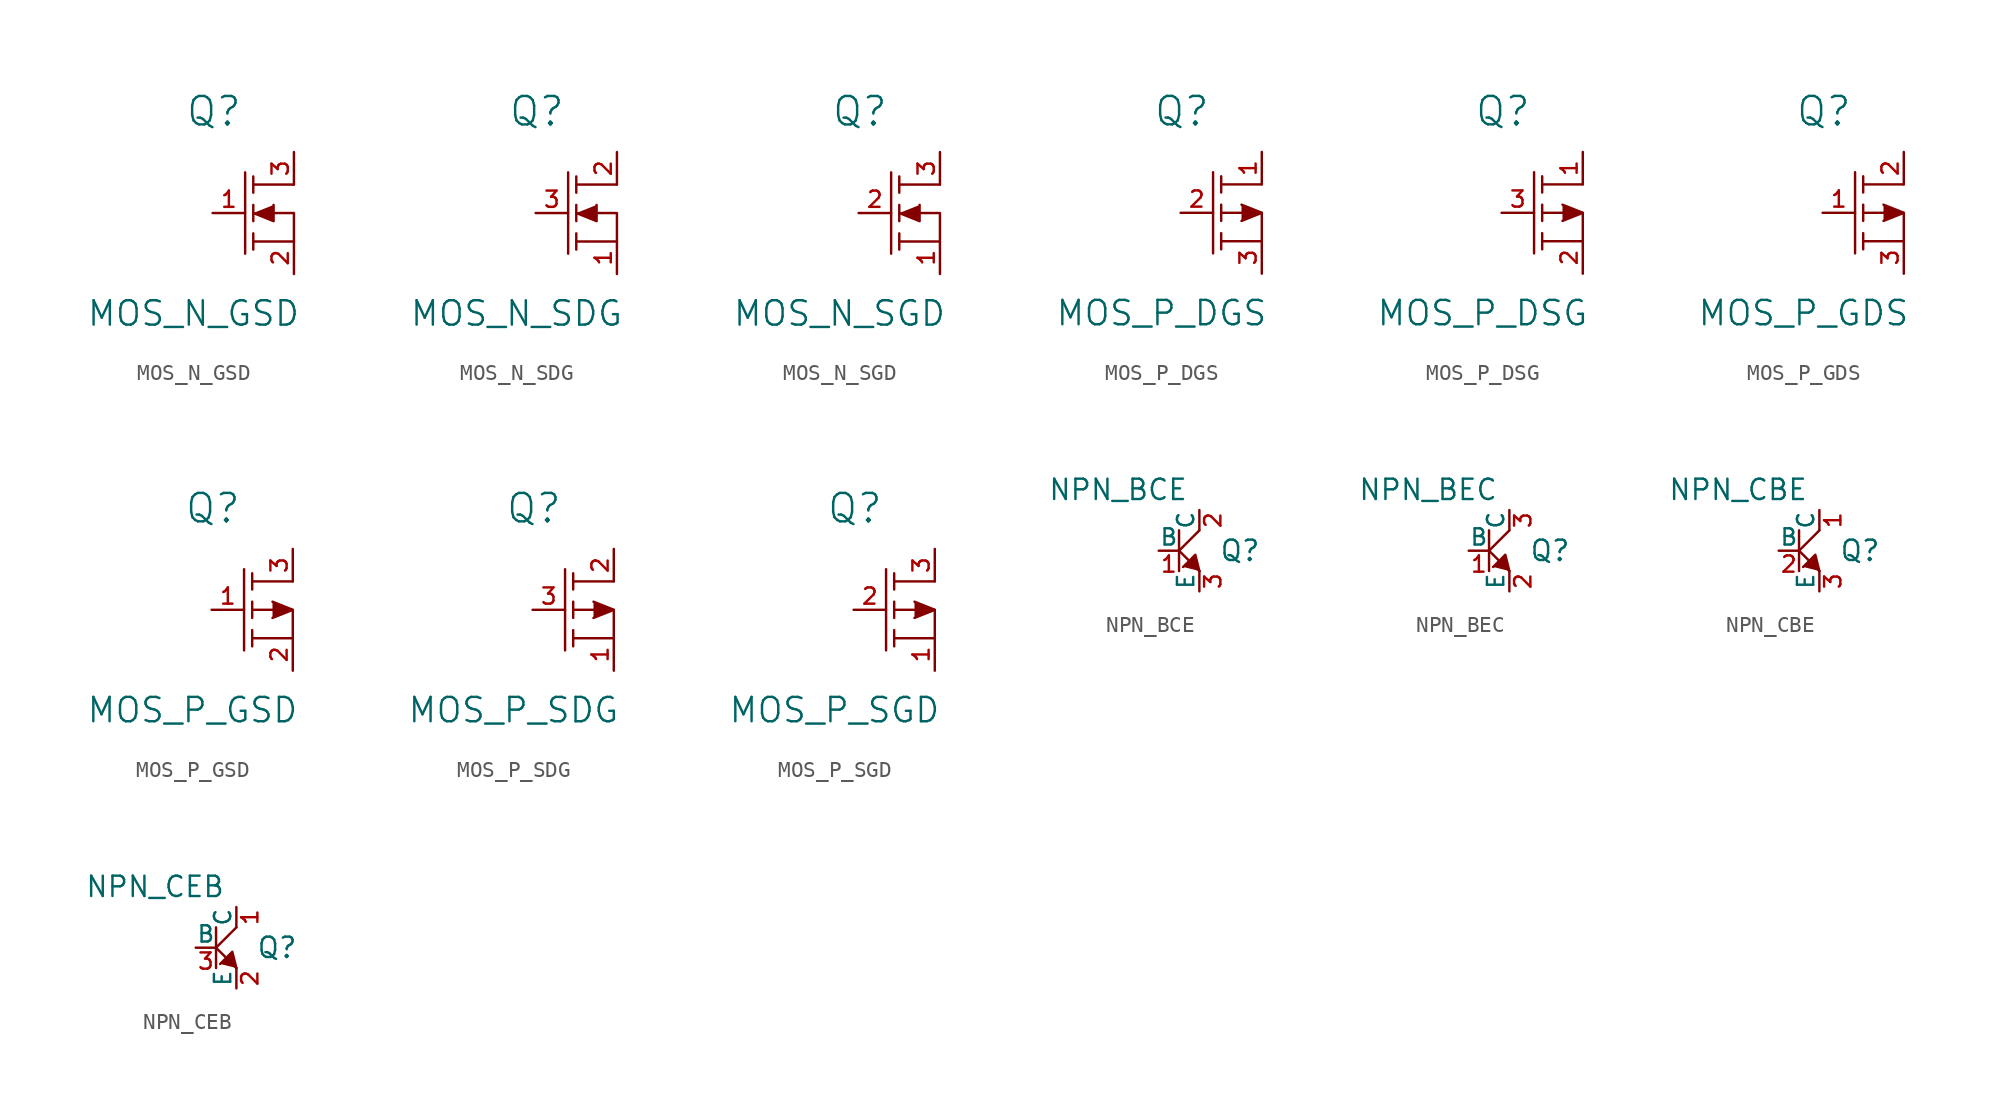
<source format=kicad_sym>
(kicad_symbol_lib
  (version 20220914)
  (generator kicad_symbol_editor)
  (symbol "MOS_N_GSD"
    (pin_names
      (offset 0.762) hide)
    (property "Reference" "Q"
      (at -2.464 6.35 0)
      (effects (font (size 1.778 1.778))))
    (property "Value" "MOS_N_GSD"
      (at -3.734 -6.274 0)
      (effects (font (size 1.524 1.524))))
    (property "Footprint" ""
      (at 0 0 0)
      (effects (font (size 1.524 1.524))))
    (property "Datasheet" ""
      (at 0 0 0)
      (effects (font (size 1.524 1.524))))
    (symbol "MOS_N_GSD_0_1"
      (polyline (pts (xy -0.508 2.54) (xy -0.508 -2.54) (xy -0.508 -2.54)) (stroke (width 0) (type solid)) (fill (type outline)))
      (polyline (pts (xy 0 -2.286) (xy 0 -1.27) (xy 0 -1.27)) (stroke (width 0) (type solid)) (fill (type outline)))
      (polyline (pts (xy 0 -0.508) (xy 0 0.508) (xy 0 0.508)) (stroke (width 0) (type solid)) (fill (type outline)))
      (polyline (pts (xy 0 1.27) (xy 0 2.286) (xy 0 2.286)) (stroke (width 0) (type solid)) (fill (type outline)))
      (polyline (pts (xy 0 1.778) (xy 2.54 1.778) (xy 2.54 1.778)) (stroke (width 0) (type solid)) (fill (type none)))
      (polyline (pts (xy 1.27 0.508) (xy 1.27 -0.508) (xy 0 0) (xy 0 0)) (stroke (width 0) (type solid)) (fill (type outline)))
      (polyline (pts (xy 0 -1.778) (xy 2.54 -1.778) (xy 2.54 0) (xy 1.27 0) (xy 1.27 0)) (stroke (width 0) (type solid)) (fill (type none))))
    (symbol "MOS_N_GSD_1_1"
      (pin input line (at -2.54 0 0) (length 2.032) (name "G" (effects (font (size 1.016 1.016)))) (number "1" (effects (font (size 1.016 1.016)))))
      (pin passive line (at 2.54 -3.81 90) (length 2.032) (name "S" (effects (font (size 1.016 1.016)))) (number "2" (effects (font (size 1.016 1.016)))))
      (pin passive line (at 2.54 3.81 270) (length 2.032) (name "D" (effects (font (size 1.016 1.016)))) (number "3" (effects (font (size 1.016 1.016)))))))
  (symbol "MOS_N_SDG"
    (pin_names
      (offset 0.762) hide)
    (property "Reference" "Q"
      (at -2.464 6.35 0)
      (effects (font (size 1.778 1.778))))
    (property "Value" "MOS_N_SDG"
      (at -3.734 -6.274 0)
      (effects (font (size 1.524 1.524))))
    (property "Footprint" ""
      (at 0 0 0)
      (effects (font (size 1.524 1.524))))
    (property "Datasheet" ""
      (at 0 0 0)
      (effects (font (size 1.524 1.524))))
    (symbol "MOS_N_SDG_0_1"
      (polyline (pts (xy -0.508 2.54) (xy -0.508 -2.54) (xy -0.508 -2.54)) (stroke (width 0) (type solid)) (fill (type outline)))
      (polyline (pts (xy 0 -2.286) (xy 0 -1.27) (xy 0 -1.27)) (stroke (width 0) (type solid)) (fill (type outline)))
      (polyline (pts (xy 0 -0.508) (xy 0 0.508) (xy 0 0.508)) (stroke (width 0) (type solid)) (fill (type outline)))
      (polyline (pts (xy 0 1.27) (xy 0 2.286) (xy 0 2.286)) (stroke (width 0) (type solid)) (fill (type outline)))
      (polyline (pts (xy 0 1.778) (xy 2.54 1.778) (xy 2.54 1.778)) (stroke (width 0) (type solid)) (fill (type none)))
      (polyline (pts (xy 1.27 0.508) (xy 1.27 -0.508) (xy 0 0) (xy 0 0)) (stroke (width 0) (type solid)) (fill (type outline)))
      (polyline (pts (xy 0 -1.778) (xy 2.54 -1.778) (xy 2.54 0) (xy 1.27 0) (xy 1.27 0)) (stroke (width 0) (type solid)) (fill (type none))))
    (symbol "MOS_N_SDG_1_1"
      (pin passive line (at 2.54 -3.81 90) (length 2.032) (name "S" (effects (font (size 1.016 1.016)))) (number "1" (effects (font (size 1.016 1.016)))))
      (pin passive line (at 2.54 3.81 270) (length 2.032) (name "D" (effects (font (size 1.016 1.016)))) (number "2" (effects (font (size 1.016 1.016)))))
      (pin input line (at -2.54 0 0) (length 2.032) (name "G" (effects (font (size 1.016 1.016)))) (number "3" (effects (font (size 1.016 1.016)))))))
  (symbol "MOS_N_SGD"
    (pin_names
      (offset 0.762) hide)
    (property "Reference" "Q"
      (at -2.464 6.35 0)
      (effects (font (size 1.778 1.778))))
    (property "Value" "MOS_N_SGD"
      (at -3.734 -6.274 0)
      (effects (font (size 1.524 1.524))))
    (property "Footprint" ""
      (at 0 0 0)
      (effects (font (size 1.524 1.524))))
    (property "Datasheet" ""
      (at 0 0 0)
      (effects (font (size 1.524 1.524))))
    (symbol "MOS_N_SGD_0_1"
      (polyline (pts (xy -0.508 2.54) (xy -0.508 -2.54) (xy -0.508 -2.54)) (stroke (width 0) (type solid)) (fill (type outline)))
      (polyline (pts (xy 0 -2.286) (xy 0 -1.27) (xy 0 -1.27)) (stroke (width 0) (type solid)) (fill (type outline)))
      (polyline (pts (xy 0 -0.508) (xy 0 0.508) (xy 0 0.508)) (stroke (width 0) (type solid)) (fill (type outline)))
      (polyline (pts (xy 0 1.27) (xy 0 2.286) (xy 0 2.286)) (stroke (width 0) (type solid)) (fill (type outline)))
      (polyline (pts (xy 0 1.778) (xy 2.54 1.778) (xy 2.54 1.778)) (stroke (width 0) (type solid)) (fill (type none)))
      (polyline (pts (xy 1.27 0.508) (xy 1.27 -0.508) (xy 0 0) (xy 0 0)) (stroke (width 0) (type solid)) (fill (type outline)))
      (polyline (pts (xy 0 -1.778) (xy 2.54 -1.778) (xy 2.54 0) (xy 1.27 0) (xy 1.27 0)) (stroke (width 0) (type solid)) (fill (type none))))
    (symbol "MOS_N_SGD_1_1"
      (pin passive line (at 2.54 -3.81 90) (length 2.032) (name "S" (effects (font (size 1.016 1.016)))) (number "1" (effects (font (size 1.016 1.016)))))
      (pin input line (at -2.54 0 0) (length 2.032) (name "G" (effects (font (size 1.016 1.016)))) (number "2" (effects (font (size 1.016 1.016)))))
      (pin passive line (at 2.54 3.81 270) (length 2.032) (name "D" (effects (font (size 1.016 1.016)))) (number "3" (effects (font (size 1.016 1.016)))))))
  (symbol "MOS_P_DGS"
    (pin_names
      (offset 0.762) hide)
    (property "Reference" "Q"
      (at -2.464 6.35 0)
      (effects (font (size 1.778 1.778))))
    (property "Value" "MOS_P_DGS"
      (at -3.734 -6.274 0)
      (effects (font (size 1.524 1.524))))
    (property "Footprint" ""
      (at 0 0 0)
      (effects (font (size 1.524 1.524))))
    (property "Datasheet" ""
      (at 0 0 0)
      (effects (font (size 1.524 1.524))))
    (symbol "MOS_P_DGS_0_1"
      (polyline (pts (xy -0.508 2.54) (xy -0.508 -2.54) (xy -0.508 -2.54)) (stroke (width 0) (type solid)) (fill (type outline)))
      (polyline (pts (xy 0 -2.286) (xy 0 -1.27) (xy 0 -1.27)) (stroke (width 0) (type solid)) (fill (type outline)))
      (polyline (pts (xy 0 -0.508) (xy 0 0.508) (xy 0 0.508)) (stroke (width 0) (type solid)) (fill (type outline)))
      (polyline (pts (xy 0 1.27) (xy 0 2.286) (xy 0 2.286)) (stroke (width 0) (type solid)) (fill (type outline)))
      (polyline (pts (xy 0 1.778) (xy 2.54 1.778) (xy 2.54 1.778)) (stroke (width 0) (type solid)) (fill (type none)))
      (polyline (pts (xy 1.27 0.508) (xy 2.54 0) (xy 1.27 -0.508) (xy 1.27 -0.508)) (stroke (width 0) (type solid)) (fill (type outline)))
      (polyline (pts (xy 0 -1.778) (xy 2.54 -1.778) (xy 2.54 0) (xy 0 0) (xy 0 0)) (stroke (width 0) (type solid)) (fill (type none))))
    (symbol "MOS_P_DGS_1_1"
      (pin passive line (at 2.54 3.81 270) (length 2.032) (name "D" (effects (font (size 1.016 1.016)))) (number "1" (effects (font (size 1.016 1.016)))))
      (pin input line (at -2.54 0 0) (length 2.032) (name "G" (effects (font (size 1.016 1.016)))) (number "2" (effects (font (size 1.016 1.016)))))
      (pin passive line (at 2.54 -3.81 90) (length 2.032) (name "S" (effects (font (size 1.016 1.016)))) (number "3" (effects (font (size 1.016 1.016)))))))
  (symbol "MOS_P_DSG"
    (pin_names
      (offset 0.762) hide)
    (property "Reference" "Q"
      (at -2.464 6.35 0)
      (effects (font (size 1.778 1.778))))
    (property "Value" "MOS_P_DSG"
      (at -3.734 -6.274 0)
      (effects (font (size 1.524 1.524))))
    (property "Footprint" ""
      (at 0 0 0)
      (effects (font (size 1.524 1.524))))
    (property "Datasheet" ""
      (at 0 0 0)
      (effects (font (size 1.524 1.524))))
    (symbol "MOS_P_DSG_0_1"
      (polyline (pts (xy -0.508 2.54) (xy -0.508 -2.54) (xy -0.508 -2.54)) (stroke (width 0) (type solid)) (fill (type outline)))
      (polyline (pts (xy 0 -2.286) (xy 0 -1.27) (xy 0 -1.27)) (stroke (width 0) (type solid)) (fill (type outline)))
      (polyline (pts (xy 0 -0.508) (xy 0 0.508) (xy 0 0.508)) (stroke (width 0) (type solid)) (fill (type outline)))
      (polyline (pts (xy 0 1.27) (xy 0 2.286) (xy 0 2.286)) (stroke (width 0) (type solid)) (fill (type outline)))
      (polyline (pts (xy 0 1.778) (xy 2.54 1.778) (xy 2.54 1.778)) (stroke (width 0) (type solid)) (fill (type none)))
      (polyline (pts (xy 1.27 0.508) (xy 2.54 0) (xy 1.27 -0.508) (xy 1.27 -0.508)) (stroke (width 0) (type solid)) (fill (type outline)))
      (polyline (pts (xy 0 -1.778) (xy 2.54 -1.778) (xy 2.54 0) (xy 0 0) (xy 0 0)) (stroke (width 0) (type solid)) (fill (type none))))
    (symbol "MOS_P_DSG_1_1"
      (pin passive line (at 2.54 3.81 270) (length 2.032) (name "D" (effects (font (size 1.016 1.016)))) (number "1" (effects (font (size 1.016 1.016)))))
      (pin passive line (at 2.54 -3.81 90) (length 2.032) (name "S" (effects (font (size 1.016 1.016)))) (number "2" (effects (font (size 1.016 1.016)))))
      (pin input line (at -2.54 0 0) (length 2.032) (name "G" (effects (font (size 1.016 1.016)))) (number "3" (effects (font (size 1.016 1.016)))))))
  (symbol "MOS_P_GDS"
    (pin_names
      (offset 0.762) hide)
    (property "Reference" "Q"
      (at -2.464 6.35 0)
      (effects (font (size 1.778 1.778))))
    (property "Value" "MOS_P_GDS"
      (at -3.734 -6.274 0)
      (effects (font (size 1.524 1.524))))
    (property "Footprint" ""
      (at 0 0 0)
      (effects (font (size 1.524 1.524))))
    (property "Datasheet" ""
      (at 0 0 0)
      (effects (font (size 1.524 1.524))))
    (symbol "MOS_P_GDS_0_1"
      (polyline (pts (xy -0.508 2.54) (xy -0.508 -2.54) (xy -0.508 -2.54)) (stroke (width 0) (type solid)) (fill (type outline)))
      (polyline (pts (xy 0 -2.286) (xy 0 -1.27) (xy 0 -1.27)) (stroke (width 0) (type solid)) (fill (type outline)))
      (polyline (pts (xy 0 -0.508) (xy 0 0.508) (xy 0 0.508)) (stroke (width 0) (type solid)) (fill (type outline)))
      (polyline (pts (xy 0 1.27) (xy 0 2.286) (xy 0 2.286)) (stroke (width 0) (type solid)) (fill (type outline)))
      (polyline (pts (xy 0 1.778) (xy 2.54 1.778) (xy 2.54 1.778)) (stroke (width 0) (type solid)) (fill (type none)))
      (polyline (pts (xy 1.27 0.508) (xy 2.54 0) (xy 1.27 -0.508) (xy 1.27 -0.508)) (stroke (width 0) (type solid)) (fill (type outline)))
      (polyline (pts (xy 0 -1.778) (xy 2.54 -1.778) (xy 2.54 0) (xy 0 0) (xy 0 0)) (stroke (width 0) (type solid)) (fill (type none))))
    (symbol "MOS_P_GDS_1_1"
      (pin input line (at -2.54 0 0) (length 2.032) (name "G" (effects (font (size 1.016 1.016)))) (number "1" (effects (font (size 1.016 1.016)))))
      (pin passive line (at 2.54 3.81 270) (length 2.032) (name "D" (effects (font (size 1.016 1.016)))) (number "2" (effects (font (size 1.016 1.016)))))
      (pin passive line (at 2.54 -3.81 90) (length 2.032) (name "S" (effects (font (size 1.016 1.016)))) (number "3" (effects (font (size 1.016 1.016)))))))
  (symbol "MOS_P_GSD"
    (pin_names
      (offset 0.762) hide)
    (property "Reference" "Q"
      (at -2.464 6.35 0)
      (effects (font (size 1.778 1.778))))
    (property "Value" "MOS_P_GSD"
      (at -3.734 -6.274 0)
      (effects (font (size 1.524 1.524))))
    (property "Footprint" ""
      (at 0 0 0)
      (effects (font (size 1.524 1.524))))
    (property "Datasheet" ""
      (at 0 0 0)
      (effects (font (size 1.524 1.524))))
    (symbol "MOS_P_GSD_0_1"
      (polyline (pts (xy -0.508 2.54) (xy -0.508 -2.54) (xy -0.508 -2.54)) (stroke (width 0) (type solid)) (fill (type outline)))
      (polyline (pts (xy 0 -2.286) (xy 0 -1.27) (xy 0 -1.27)) (stroke (width 0) (type solid)) (fill (type outline)))
      (polyline (pts (xy 0 -0.508) (xy 0 0.508) (xy 0 0.508)) (stroke (width 0) (type solid)) (fill (type outline)))
      (polyline (pts (xy 0 1.27) (xy 0 2.286) (xy 0 2.286)) (stroke (width 0) (type solid)) (fill (type outline)))
      (polyline (pts (xy 0 1.778) (xy 2.54 1.778) (xy 2.54 1.778)) (stroke (width 0) (type solid)) (fill (type none)))
      (polyline (pts (xy 1.27 0.508) (xy 2.54 0) (xy 1.27 -0.508) (xy 1.27 -0.508)) (stroke (width 0) (type solid)) (fill (type outline)))
      (polyline (pts (xy 0 -1.778) (xy 2.54 -1.778) (xy 2.54 0) (xy 0 0) (xy 0 0)) (stroke (width 0) (type solid)) (fill (type none))))
    (symbol "MOS_P_GSD_1_1"
      (pin input line (at -2.54 0 0) (length 2.032) (name "G" (effects (font (size 1.016 1.016)))) (number "1" (effects (font (size 1.016 1.016)))))
      (pin passive line (at 2.54 -3.81 90) (length 2.032) (name "S" (effects (font (size 1.016 1.016)))) (number "2" (effects (font (size 1.016 1.016)))))
      (pin passive line (at 2.54 3.81 270) (length 2.032) (name "D" (effects (font (size 1.016 1.016)))) (number "3" (effects (font (size 1.016 1.016)))))))
  (symbol "MOS_P_SDG"
    (pin_names
      (offset 0.762) hide)
    (property "Reference" "Q"
      (at -2.464 6.35 0)
      (effects (font (size 1.778 1.778))))
    (property "Value" "MOS_P_SDG"
      (at -3.734 -6.274 0)
      (effects (font (size 1.524 1.524))))
    (property "Footprint" ""
      (at 0 0 0)
      (effects (font (size 1.524 1.524))))
    (property "Datasheet" ""
      (at 0 0 0)
      (effects (font (size 1.524 1.524))))
    (symbol "MOS_P_SDG_0_1"
      (polyline (pts (xy -0.508 2.54) (xy -0.508 -2.54) (xy -0.508 -2.54)) (stroke (width 0) (type solid)) (fill (type outline)))
      (polyline (pts (xy 0 -2.286) (xy 0 -1.27) (xy 0 -1.27)) (stroke (width 0) (type solid)) (fill (type outline)))
      (polyline (pts (xy 0 -0.508) (xy 0 0.508) (xy 0 0.508)) (stroke (width 0) (type solid)) (fill (type outline)))
      (polyline (pts (xy 0 1.27) (xy 0 2.286) (xy 0 2.286)) (stroke (width 0) (type solid)) (fill (type outline)))
      (polyline (pts (xy 0 1.778) (xy 2.54 1.778) (xy 2.54 1.778)) (stroke (width 0) (type solid)) (fill (type none)))
      (polyline (pts (xy 1.27 0.508) (xy 2.54 0) (xy 1.27 -0.508) (xy 1.27 -0.508)) (stroke (width 0) (type solid)) (fill (type outline)))
      (polyline (pts (xy 0 -1.778) (xy 2.54 -1.778) (xy 2.54 0) (xy 0 0) (xy 0 0)) (stroke (width 0) (type solid)) (fill (type none))))
    (symbol "MOS_P_SDG_1_1"
      (pin passive line (at 2.54 -3.81 90) (length 2.032) (name "S" (effects (font (size 1.016 1.016)))) (number "1" (effects (font (size 1.016 1.016)))))
      (pin passive line (at 2.54 3.81 270) (length 2.032) (name "D" (effects (font (size 1.016 1.016)))) (number "2" (effects (font (size 1.016 1.016)))))
      (pin input line (at -2.54 0 0) (length 2.032) (name "G" (effects (font (size 1.016 1.016)))) (number "3" (effects (font (size 1.016 1.016)))))))
  (symbol "MOS_P_SGD"
    (pin_names
      (offset 0.762) hide)
    (property "Reference" "Q"
      (at -2.464 6.35 0)
      (effects (font (size 1.778 1.778))))
    (property "Value" "MOS_P_SGD"
      (at -3.734 -6.274 0)
      (effects (font (size 1.524 1.524))))
    (property "Footprint" ""
      (at 0 0 0)
      (effects (font (size 1.524 1.524))))
    (property "Datasheet" ""
      (at 0 0 0)
      (effects (font (size 1.524 1.524))))
    (symbol "MOS_P_SGD_0_1"
      (polyline (pts (xy -0.508 2.54) (xy -0.508 -2.54) (xy -0.508 -2.54)) (stroke (width 0) (type solid)) (fill (type outline)))
      (polyline (pts (xy 0 -2.286) (xy 0 -1.27) (xy 0 -1.27)) (stroke (width 0) (type solid)) (fill (type outline)))
      (polyline (pts (xy 0 -0.508) (xy 0 0.508) (xy 0 0.508)) (stroke (width 0) (type solid)) (fill (type outline)))
      (polyline (pts (xy 0 1.27) (xy 0 2.286) (xy 0 2.286)) (stroke (width 0) (type solid)) (fill (type outline)))
      (polyline (pts (xy 0 1.778) (xy 2.54 1.778) (xy 2.54 1.778)) (stroke (width 0) (type solid)) (fill (type none)))
      (polyline (pts (xy 1.27 0.508) (xy 2.54 0) (xy 1.27 -0.508) (xy 1.27 -0.508)) (stroke (width 0) (type solid)) (fill (type outline)))
      (polyline (pts (xy 0 -1.778) (xy 2.54 -1.778) (xy 2.54 0) (xy 0 0) (xy 0 0)) (stroke (width 0) (type solid)) (fill (type none))))
    (symbol "MOS_P_SGD_1_1"
      (pin passive line (at 2.54 -3.81 90) (length 2.032) (name "S" (effects (font (size 1.016 1.016)))) (number "1" (effects (font (size 1.016 1.016)))))
      (pin input line (at -2.54 0 0) (length 2.032) (name "G" (effects (font (size 1.016 1.016)))) (number "2" (effects (font (size 1.016 1.016)))))
      (pin passive line (at 2.54 3.81 270) (length 2.032) (name "D" (effects (font (size 1.016 1.016)))) (number "3" (effects (font (size 1.016 1.016)))))))
  (symbol "NPN_BCE"
    (pin_names
      (offset 0))
    (property "Reference" "Q"
      (at 3.81 0 0)
      (effects (font (size 1.27 1.27))))
    (property "Value" "NPN_BCE"
      (at -3.81 3.81 0)
      (effects (font (size 1.27 1.27))))
    (property "Footprint" ""
      (at 0 0 0)
      (effects (font (size 1.524 1.524))))
    (property "Datasheet" ""
      (at 0 0 0)
      (effects (font (size 1.524 1.524))))
    (symbol "NPN_BCE_0_1"
      (polyline (pts (xy 0 0) (xy 1.27 -1.27) (xy 1.27 -1.27)) (stroke (width 0) (type solid)) (fill (type outline)))
      (polyline (pts (xy 0 0) (xy 1.27 1.27) (xy 1.27 1.27)) (stroke (width 0) (type solid)) (fill (type outline)))
      (polyline (pts (xy 0 1.27) (xy 0 -1.27) (xy 0 -1.27)) (stroke (width 0) (type solid)) (fill (type outline)))
      (polyline (pts (xy 1.27 -1.27) (xy 1.016 -0.254) (xy 0.254 -1.016) (xy 0.254 -1.016)) (stroke (width 0) (type solid)) (fill (type outline))))
    (symbol "NPN_BCE_1_1"
      (pin input line (at -1.27 0 0) (length 1.27) (name "B" (effects (font (size 1.016 1.016)))) (number "1" (effects (font (size 1.016 1.016)))))
      (pin passive line (at 1.27 2.54 270) (length 1.27) (name "C" (effects (font (size 1.016 1.016)))) (number "2" (effects (font (size 1.016 1.016)))))
      (pin passive line (at 1.27 -2.54 90) (length 1.27) (name "E" (effects (font (size 1.016 1.016)))) (number "3" (effects (font (size 1.016 1.016)))))))
  (symbol "NPN_BEC"
    (pin_names
      (offset 0))
    (property "Reference" "Q"
      (at 3.81 0 0)
      (effects (font (size 1.27 1.27))))
    (property "Value" "NPN_BEC"
      (at -3.81 3.81 0)
      (effects (font (size 1.27 1.27))))
    (property "Footprint" ""
      (at 0 0 0)
      (effects (font (size 1.524 1.524))))
    (property "Datasheet" ""
      (at 0 0 0)
      (effects (font (size 1.524 1.524))))
    (symbol "NPN_BEC_0_1"
      (polyline (pts (xy 0 0) (xy 1.27 -1.27) (xy 1.27 -1.27)) (stroke (width 0) (type solid)) (fill (type outline)))
      (polyline (pts (xy 0 0) (xy 1.27 1.27) (xy 1.27 1.27)) (stroke (width 0) (type solid)) (fill (type outline)))
      (polyline (pts (xy 0 1.27) (xy 0 -1.27) (xy 0 -1.27)) (stroke (width 0) (type solid)) (fill (type outline)))
      (polyline (pts (xy 1.27 -1.27) (xy 1.016 -0.254) (xy 0.254 -1.016) (xy 0.254 -1.016)) (stroke (width 0) (type solid)) (fill (type outline))))
    (symbol "NPN_BEC_1_1"
      (pin input line (at -1.27 0 0) (length 1.27) (name "B" (effects (font (size 1.016 1.016)))) (number "1" (effects (font (size 1.016 1.016)))))
      (pin passive line (at 1.27 -2.54 90) (length 1.27) (name "E" (effects (font (size 1.016 1.016)))) (number "2" (effects (font (size 1.016 1.016)))))
      (pin passive line (at 1.27 2.54 270) (length 1.27) (name "C" (effects (font (size 1.016 1.016)))) (number "3" (effects (font (size 1.016 1.016)))))))
  (symbol "NPN_CBE"
    (pin_names
      (offset 0))
    (property "Reference" "Q"
      (at 3.81 0 0)
      (effects (font (size 1.27 1.27))))
    (property "Value" "NPN_CBE"
      (at -3.81 3.81 0)
      (effects (font (size 1.27 1.27))))
    (property "Footprint" ""
      (at 0 0 0)
      (effects (font (size 1.524 1.524))))
    (property "Datasheet" ""
      (at 0 0 0)
      (effects (font (size 1.524 1.524))))
    (symbol "NPN_CBE_0_1"
      (polyline (pts (xy 0 0) (xy 1.27 -1.27) (xy 1.27 -1.27)) (stroke (width 0) (type solid)) (fill (type outline)))
      (polyline (pts (xy 0 0) (xy 1.27 1.27) (xy 1.27 1.27)) (stroke (width 0) (type solid)) (fill (type outline)))
      (polyline (pts (xy 0 1.27) (xy 0 -1.27) (xy 0 -1.27)) (stroke (width 0) (type solid)) (fill (type outline)))
      (polyline (pts (xy 1.27 -1.27) (xy 1.016 -0.254) (xy 0.254 -1.016) (xy 0.254 -1.016)) (stroke (width 0) (type solid)) (fill (type outline))))
    (symbol "NPN_CBE_1_1"
      (pin passive line (at 1.27 2.54 270) (length 1.27) (name "C" (effects (font (size 1.016 1.016)))) (number "1" (effects (font (size 1.016 1.016)))))
      (pin input line (at -1.27 0 0) (length 1.27) (name "B" (effects (font (size 1.016 1.016)))) (number "2" (effects (font (size 1.016 1.016)))))
      (pin passive line (at 1.27 -2.54 90) (length 1.27) (name "E" (effects (font (size 1.016 1.016)))) (number "3" (effects (font (size 1.016 1.016)))))))
  (symbol "NPN_CEB"
    (pin_names
      (offset 0))
    (property "Reference" "Q"
      (at 3.81 0 0)
      (effects (font (size 1.27 1.27))))
    (property "Value" "NPN_CEB"
      (at -3.81 3.81 0)
      (effects (font (size 1.27 1.27))))
    (property "Footprint" ""
      (at 0 0 0)
      (effects (font (size 1.524 1.524))))
    (property "Datasheet" ""
      (at 0 0 0)
      (effects (font (size 1.524 1.524))))
    (symbol "NPN_CEB_0_1"
      (polyline (pts (xy 0 0) (xy 1.27 -1.27) (xy 1.27 -1.27)) (stroke (width 0) (type solid)) (fill (type outline)))
      (polyline (pts (xy 0 0) (xy 1.27 1.27) (xy 1.27 1.27)) (stroke (width 0) (type solid)) (fill (type outline)))
      (polyline (pts (xy 0 1.27) (xy 0 -1.27) (xy 0 -1.27)) (stroke (width 0) (type solid)) (fill (type outline)))
      (polyline (pts (xy 1.27 -1.27) (xy 1.016 -0.254) (xy 0.254 -1.016) (xy 0.254 -1.016)) (stroke (width 0) (type solid)) (fill (type outline))))
    (symbol "NPN_CEB_1_1"
      (pin passive line (at 1.27 2.54 270) (length 1.27) (name "C" (effects (font (size 1.016 1.016)))) (number "1" (effects (font (size 1.016 1.016)))))
      (pin passive line (at 1.27 -2.54 90) (length 1.27) (name "E" (effects (font (size 1.016 1.016)))) (number "2" (effects (font (size 1.016 1.016)))))
      (pin input line (at -1.27 0 0) (length 1.27) (name "B" (effects (font (size 1.016 1.016)))) (number "3" (effects (font (size 1.016 1.016))))))))
</source>
